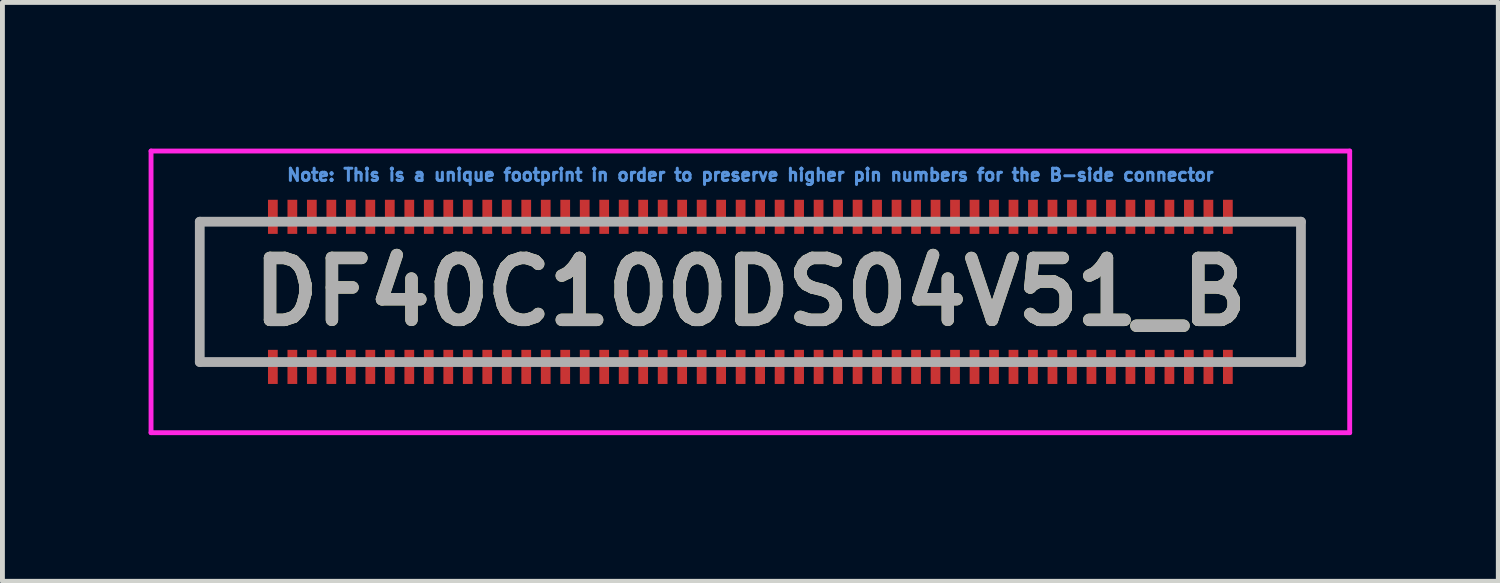
<source format=kicad_pcb>
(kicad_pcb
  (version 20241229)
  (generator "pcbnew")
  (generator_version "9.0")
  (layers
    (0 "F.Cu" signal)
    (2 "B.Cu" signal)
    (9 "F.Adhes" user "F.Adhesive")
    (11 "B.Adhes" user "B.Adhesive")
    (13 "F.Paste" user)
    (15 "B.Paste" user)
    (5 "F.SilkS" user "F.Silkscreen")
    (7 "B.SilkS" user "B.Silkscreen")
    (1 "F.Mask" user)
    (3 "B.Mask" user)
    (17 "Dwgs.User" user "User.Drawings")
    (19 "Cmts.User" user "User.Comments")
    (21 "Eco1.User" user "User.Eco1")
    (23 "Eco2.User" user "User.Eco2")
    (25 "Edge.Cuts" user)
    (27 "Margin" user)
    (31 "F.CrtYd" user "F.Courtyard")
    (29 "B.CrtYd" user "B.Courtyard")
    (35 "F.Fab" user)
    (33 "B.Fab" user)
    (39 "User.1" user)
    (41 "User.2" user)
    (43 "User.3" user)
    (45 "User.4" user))
  (footprint "DF40C100DS04V51_B"
    (layer "F.Cu")
    (at 12.35 2.94)
    (property "Reference" "DF40C100DS04V51_B" (at 0 0 0) (layer "F.SilkS") (effects (font (size 1.27 1.27) (thickness 0.254))))
    (attr smd)
    (fp_line (start -11.3 -1.44) (end -11.3 1.44) (stroke (width 0.1) (type solid)) (layer "F.SilkS"))
    (fp_line (start -11.3 1.44) (end -10.5 1.44) (stroke (width 0.1) (type solid)) (layer "F.SilkS"))
    (fp_line (start -10.5 -1.44) (end -11.3 -1.44) (stroke (width 0.1) (type solid)) (layer "F.SilkS"))
    (fp_line (start 10.5 -1.44) (end 11.3 -1.44) (stroke (width 0.1) (type solid)) (layer "F.SilkS"))
    (fp_line (start 11.3 -1.44) (end 11.3 1.44) (stroke (width 0.1) (type solid)) (layer "F.SilkS"))
    (fp_line (start 11.3 1.44) (end 10.5 1.44) (stroke (width 0.1) (type solid)) (layer "F.SilkS"))
    (fp_line (start -12.3 -2.89) (end 12.3 -2.89) (stroke (width 0.1) (type solid)) (layer "F.CrtYd"))
    (fp_line (start -12.3 2.89) (end -12.3 -2.89) (stroke (width 0.1) (type solid)) (layer "F.CrtYd"))
    (fp_line (start 12.3 -2.89) (end 12.3 2.89) (stroke (width 0.1) (type solid)) (layer "F.CrtYd"))
    (fp_line (start 12.3 2.89) (end -12.3 2.89) (stroke (width 0.1) (type solid)) (layer "F.CrtYd"))
    (fp_line (start -11.3 -1.44) (end 11.3 -1.44) (stroke (width 0.2) (type solid)) (layer "F.Fab"))
    (fp_line (start -11.3 1.44) (end -11.3 -1.44) (stroke (width 0.2) (type solid)) (layer "F.Fab"))
    (fp_line (start 11.3 -1.44) (end 11.3 1.44) (stroke (width 0.2) (type solid)) (layer "F.Fab"))
    (fp_line (start 11.3 1.44) (end -11.3 1.44) (stroke (width 0.2) (type solid)) (layer "F.Fab"))
    (fp_text user "Note: This is a unique footprint in order to preserve higher pin numbers for the B-side connector" (at 0 -2.4 0) (layer "Cmts.User") (effects (font (size 0.25 0.25) (thickness 0.062))))
    (fp_text user "${REFERENCE}" (at 0 0 0) (layer "F.Fab") (effects (font (size 1.27 1.27) (thickness 0.254))))
    (pad "101" smd rect (at -9.8 1.54) (size 0.2 0.7) (layers "F.Cu" "F.Mask" "F.Paste"))
    (pad "102" smd rect (at -9.8 -1.54) (size 0.2 0.7) (layers "F.Cu" "F.Mask" "F.Paste"))
    (pad "103" smd rect (at -9.4 1.54) (size 0.2 0.7) (layers "F.Cu" "F.Mask" "F.Paste"))
    (pad "104" smd rect (at -9.4 -1.54) (size 0.2 0.7) (layers "F.Cu" "F.Mask" "F.Paste"))
    (pad "105" smd rect (at -9 1.54) (size 0.2 0.7) (layers "F.Cu" "F.Mask" "F.Paste"))
    (pad "106" smd rect (at -9 -1.54) (size 0.2 0.7) (layers "F.Cu" "F.Mask" "F.Paste"))
    (pad "107" smd rect (at -8.6 1.54) (size 0.2 0.7) (layers "F.Cu" "F.Mask" "F.Paste"))
    (pad "108" smd rect (at -8.6 -1.54) (size 0.2 0.7) (layers "F.Cu" "F.Mask" "F.Paste"))
    (pad "109" smd rect (at -8.2 1.54) (size 0.2 0.7) (layers "F.Cu" "F.Mask" "F.Paste"))
    (pad "110" smd rect (at -8.2 -1.54) (size 0.2 0.7) (layers "F.Cu" "F.Mask" "F.Paste"))
    (pad "111" smd rect (at -7.8 1.54) (size 0.2 0.7) (layers "F.Cu" "F.Mask" "F.Paste"))
    (pad "112" smd rect (at -7.8 -1.54) (size 0.2 0.7) (layers "F.Cu" "F.Mask" "F.Paste"))
    (pad "113" smd rect (at -7.4 1.54) (size 0.2 0.7) (layers "F.Cu" "F.Mask" "F.Paste"))
    (pad "114" smd rect (at -7.4 -1.54) (size 0.2 0.7) (layers "F.Cu" "F.Mask" "F.Paste"))
    (pad "115" smd rect (at -7 1.54) (size 0.2 0.7) (layers "F.Cu" "F.Mask" "F.Paste"))
    (pad "116" smd rect (at -7 -1.54) (size 0.2 0.7) (layers "F.Cu" "F.Mask" "F.Paste"))
    (pad "117" smd rect (at -6.6 1.54) (size 0.2 0.7) (layers "F.Cu" "F.Mask" "F.Paste"))
    (pad "118" smd rect (at -6.6 -1.54) (size 0.2 0.7) (layers "F.Cu" "F.Mask" "F.Paste"))
    (pad "119" smd rect (at -6.2 1.54) (size 0.2 0.7) (layers "F.Cu" "F.Mask" "F.Paste"))
    (pad "120" smd rect (at -6.2 -1.54) (size 0.2 0.7) (layers "F.Cu" "F.Mask" "F.Paste"))
    (pad "121" smd rect (at -5.8 1.54) (size 0.2 0.7) (layers "F.Cu" "F.Mask" "F.Paste"))
    (pad "122" smd rect (at -5.8 -1.54) (size 0.2 0.7) (layers "F.Cu" "F.Mask" "F.Paste"))
    (pad "123" smd rect (at -5.4 1.54) (size 0.2 0.7) (layers "F.Cu" "F.Mask" "F.Paste"))
    (pad "124" smd rect (at -5.4 -1.54) (size 0.2 0.7) (layers "F.Cu" "F.Mask" "F.Paste"))
    (pad "125" smd rect (at -5 1.54) (size 0.2 0.7) (layers "F.Cu" "F.Mask" "F.Paste"))
    (pad "126" smd rect (at -5 -1.54) (size 0.2 0.7) (layers "F.Cu" "F.Mask" "F.Paste"))
    (pad "127" smd rect (at -4.6 1.54) (size 0.2 0.7) (layers "F.Cu" "F.Mask" "F.Paste"))
    (pad "128" smd rect (at -4.6 -1.54) (size 0.2 0.7) (layers "F.Cu" "F.Mask" "F.Paste"))
    (pad "129" smd rect (at -4.2 1.54) (size 0.2 0.7) (layers "F.Cu" "F.Mask" "F.Paste"))
    (pad "130" smd rect (at -4.2 -1.54) (size 0.2 0.7) (layers "F.Cu" "F.Mask" "F.Paste"))
    (pad "131" smd rect (at -3.8 1.54) (size 0.2 0.7) (layers "F.Cu" "F.Mask" "F.Paste"))
    (pad "132" smd rect (at -3.8 -1.54) (size 0.2 0.7) (layers "F.Cu" "F.Mask" "F.Paste"))
    (pad "133" smd rect (at -3.4 1.54) (size 0.2 0.7) (layers "F.Cu" "F.Mask" "F.Paste"))
    (pad "134" smd rect (at -3.4 -1.54) (size 0.2 0.7) (layers "F.Cu" "F.Mask" "F.Paste"))
    (pad "135" smd rect (at -3 1.54) (size 0.2 0.7) (layers "F.Cu" "F.Mask" "F.Paste"))
    (pad "136" smd rect (at -3 -1.54) (size 0.2 0.7) (layers "F.Cu" "F.Mask" "F.Paste"))
    (pad "137" smd rect (at -2.6 1.54) (size 0.2 0.7) (layers "F.Cu" "F.Mask" "F.Paste"))
    (pad "138" smd rect (at -2.6 -1.54) (size 0.2 0.7) (layers "F.Cu" "F.Mask" "F.Paste"))
    (pad "139" smd rect (at -2.2 1.54) (size 0.2 0.7) (layers "F.Cu" "F.Mask" "F.Paste"))
    (pad "140" smd rect (at -2.2 -1.54) (size 0.2 0.7) (layers "F.Cu" "F.Mask" "F.Paste"))
    (pad "141" smd rect (at -1.8 1.54) (size 0.2 0.7) (layers "F.Cu" "F.Mask" "F.Paste"))
    (pad "142" smd rect (at -1.8 -1.54) (size 0.2 0.7) (layers "F.Cu" "F.Mask" "F.Paste"))
    (pad "143" smd rect (at -1.4 1.54) (size 0.2 0.7) (layers "F.Cu" "F.Mask" "F.Paste"))
    (pad "144" smd rect (at -1.4 -1.54) (size 0.2 0.7) (layers "F.Cu" "F.Mask" "F.Paste"))
    (pad "145" smd rect (at -1 1.54) (size 0.2 0.7) (layers "F.Cu" "F.Mask" "F.Paste"))
    (pad "146" smd rect (at -1 -1.54) (size 0.2 0.7) (layers "F.Cu" "F.Mask" "F.Paste"))
    (pad "147" smd rect (at -0.6 1.54) (size 0.2 0.7) (layers "F.Cu" "F.Mask" "F.Paste"))
    (pad "148" smd rect (at -0.6 -1.54) (size 0.2 0.7) (layers "F.Cu" "F.Mask" "F.Paste"))
    (pad "149" smd rect (at -0.2 1.54) (size 0.2 0.7) (layers "F.Cu" "F.Mask" "F.Paste"))
    (pad "150" smd rect (at -0.2 -1.54) (size 0.2 0.7) (layers "F.Cu" "F.Mask" "F.Paste"))
    (pad "151" smd rect (at 0.2 1.54) (size 0.2 0.7) (layers "F.Cu" "F.Mask" "F.Paste"))
    (pad "152" smd rect (at 0.2 -1.54) (size 0.2 0.7) (layers "F.Cu" "F.Mask" "F.Paste"))
    (pad "153" smd rect (at 0.6 1.54) (size 0.2 0.7) (layers "F.Cu" "F.Mask" "F.Paste"))
    (pad "154" smd rect (at 0.6 -1.54) (size 0.2 0.7) (layers "F.Cu" "F.Mask" "F.Paste"))
    (pad "155" smd rect (at 1 1.54) (size 0.2 0.7) (layers "F.Cu" "F.Mask" "F.Paste"))
    (pad "156" smd rect (at 1 -1.54) (size 0.2 0.7) (layers "F.Cu" "F.Mask" "F.Paste"))
    (pad "157" smd rect (at 1.4 1.54) (size 0.2 0.7) (layers "F.Cu" "F.Mask" "F.Paste"))
    (pad "158" smd rect (at 1.4 -1.54) (size 0.2 0.7) (layers "F.Cu" "F.Mask" "F.Paste"))
    (pad "159" smd rect (at 1.8 1.54) (size 0.2 0.7) (layers "F.Cu" "F.Mask" "F.Paste"))
    (pad "160" smd rect (at 1.8 -1.54) (size 0.2 0.7) (layers "F.Cu" "F.Mask" "F.Paste"))
    (pad "161" smd rect (at 2.2 1.54) (size 0.2 0.7) (layers "F.Cu" "F.Mask" "F.Paste"))
    (pad "162" smd rect (at 2.2 -1.54) (size 0.2 0.7) (layers "F.Cu" "F.Mask" "F.Paste"))
    (pad "163" smd rect (at 2.6 1.54) (size 0.2 0.7) (layers "F.Cu" "F.Mask" "F.Paste"))
    (pad "164" smd rect (at 2.6 -1.54) (size 0.2 0.7) (layers "F.Cu" "F.Mask" "F.Paste"))
    (pad "165" smd rect (at 3 1.54) (size 0.2 0.7) (layers "F.Cu" "F.Mask" "F.Paste"))
    (pad "166" smd rect (at 3 -1.54) (size 0.2 0.7) (layers "F.Cu" "F.Mask" "F.Paste"))
    (pad "167" smd rect (at 3.4 1.54) (size 0.2 0.7) (layers "F.Cu" "F.Mask" "F.Paste"))
    (pad "168" smd rect (at 3.4 -1.54) (size 0.2 0.7) (layers "F.Cu" "F.Mask" "F.Paste"))
    (pad "169" smd rect (at 3.8 1.54) (size 0.2 0.7) (layers "F.Cu" "F.Mask" "F.Paste"))
    (pad "170" smd rect (at 3.8 -1.54) (size 0.2 0.7) (layers "F.Cu" "F.Mask" "F.Paste"))
    (pad "171" smd rect (at 4.2 1.54) (size 0.2 0.7) (layers "F.Cu" "F.Mask" "F.Paste"))
    (pad "172" smd rect (at 4.2 -1.54) (size 0.2 0.7) (layers "F.Cu" "F.Mask" "F.Paste"))
    (pad "173" smd rect (at 4.6 1.54) (size 0.2 0.7) (layers "F.Cu" "F.Mask" "F.Paste"))
    (pad "174" smd rect (at 4.6 -1.54) (size 0.2 0.7) (layers "F.Cu" "F.Mask" "F.Paste"))
    (pad "175" smd rect (at 5 1.54) (size 0.2 0.7) (layers "F.Cu" "F.Mask" "F.Paste"))
    (pad "176" smd rect (at 5 -1.54) (size 0.2 0.7) (layers "F.Cu" "F.Mask" "F.Paste"))
    (pad "177" smd rect (at 5.4 1.54) (size 0.2 0.7) (layers "F.Cu" "F.Mask" "F.Paste"))
    (pad "178" smd rect (at 5.4 -1.54) (size 0.2 0.7) (layers "F.Cu" "F.Mask" "F.Paste"))
    (pad "179" smd rect (at 5.8 1.54) (size 0.2 0.7) (layers "F.Cu" "F.Mask" "F.Paste"))
    (pad "180" smd rect (at 5.8 -1.54) (size 0.2 0.7) (layers "F.Cu" "F.Mask" "F.Paste"))
    (pad "181" smd rect (at 6.2 1.54) (size 0.2 0.7) (layers "F.Cu" "F.Mask" "F.Paste"))
    (pad "182" smd rect (at 6.2 -1.54) (size 0.2 0.7) (layers "F.Cu" "F.Mask" "F.Paste"))
    (pad "183" smd rect (at 6.6 1.54) (size 0.2 0.7) (layers "F.Cu" "F.Mask" "F.Paste"))
    (pad "184" smd rect (at 6.6 -1.54) (size 0.2 0.7) (layers "F.Cu" "F.Mask" "F.Paste"))
    (pad "185" smd rect (at 7 1.54) (size 0.2 0.7) (layers "F.Cu" "F.Mask" "F.Paste"))
    (pad "186" smd rect (at 7 -1.54) (size 0.2 0.7) (layers "F.Cu" "F.Mask" "F.Paste"))
    (pad "187" smd rect (at 7.4 1.54) (size 0.2 0.7) (layers "F.Cu" "F.Mask" "F.Paste"))
    (pad "188" smd rect (at 7.4 -1.54) (size 0.2 0.7) (layers "F.Cu" "F.Mask" "F.Paste"))
    (pad "189" smd rect (at 7.8 1.54) (size 0.2 0.7) (layers "F.Cu" "F.Mask" "F.Paste"))
    (pad "190" smd rect (at 7.8 -1.54) (size 0.2 0.7) (layers "F.Cu" "F.Mask" "F.Paste"))
    (pad "191" smd rect (at 8.2 1.54) (size 0.2 0.7) (layers "F.Cu" "F.Mask" "F.Paste"))
    (pad "192" smd rect (at 8.2 -1.54) (size 0.2 0.7) (layers "F.Cu" "F.Mask" "F.Paste"))
    (pad "193" smd rect (at 8.6 1.54) (size 0.2 0.7) (layers "F.Cu" "F.Mask" "F.Paste"))
    (pad "194" smd rect (at 8.6 -1.54) (size 0.2 0.7) (layers "F.Cu" "F.Mask" "F.Paste"))
    (pad "195" smd rect (at 9 1.54) (size 0.2 0.7) (layers "F.Cu" "F.Mask" "F.Paste"))
    (pad "196" smd rect (at 9 -1.54) (size 0.2 0.7) (layers "F.Cu" "F.Mask" "F.Paste"))
    (pad "197" smd rect (at 9.4 1.54) (size 0.2 0.7) (layers "F.Cu" "F.Mask" "F.Paste"))
    (pad "198" smd rect (at 9.4 -1.54) (size 0.2 0.7) (layers "F.Cu" "F.Mask" "F.Paste"))
    (pad "199" smd rect (at 9.8 1.54) (size 0.2 0.7) (layers "F.Cu" "F.Mask" "F.Paste"))
    (pad "200" smd rect (at 9.8 -1.54) (size 0.2 0.7) (layers "F.Cu" "F.Mask" "F.Paste")))
  (gr_rect
    (start -3 -3)
    (end 27.7 8.88)
    (stroke (width 0.1) (type default))
    (fill no)
    (layer "Edge.Cuts")))
</source>
